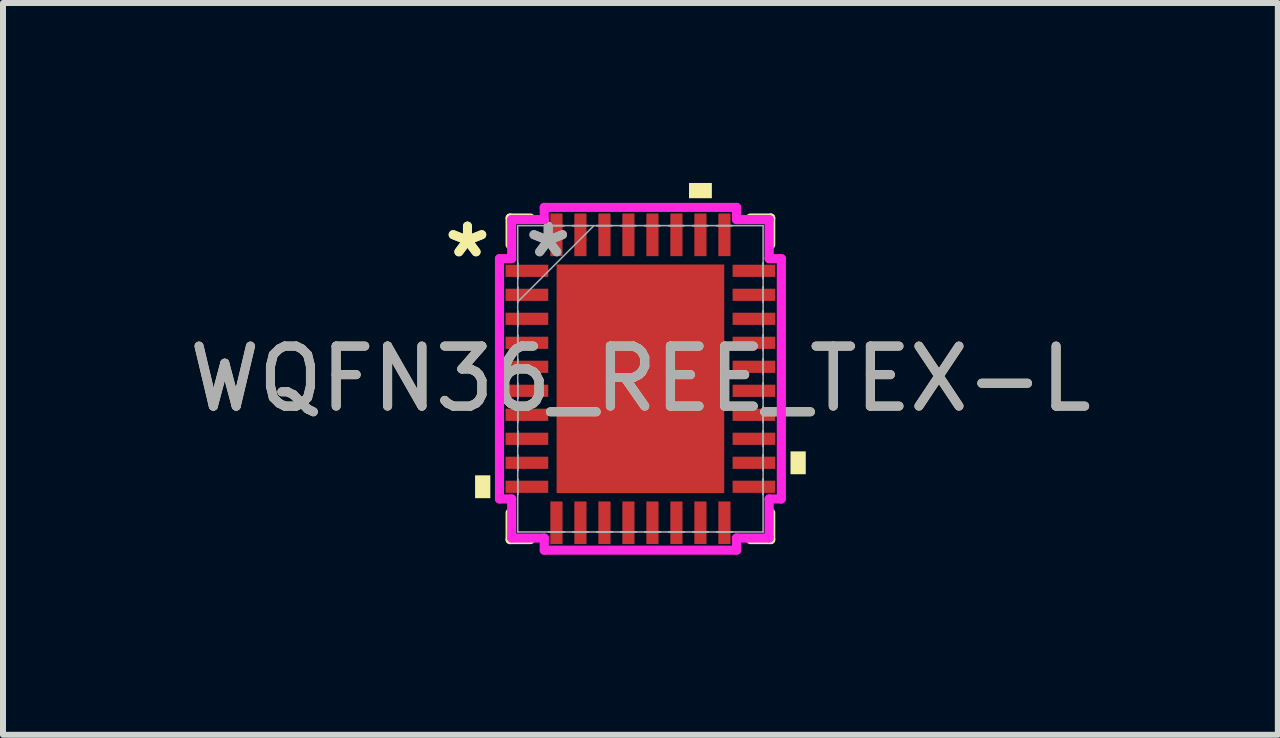
<source format=kicad_pcb>
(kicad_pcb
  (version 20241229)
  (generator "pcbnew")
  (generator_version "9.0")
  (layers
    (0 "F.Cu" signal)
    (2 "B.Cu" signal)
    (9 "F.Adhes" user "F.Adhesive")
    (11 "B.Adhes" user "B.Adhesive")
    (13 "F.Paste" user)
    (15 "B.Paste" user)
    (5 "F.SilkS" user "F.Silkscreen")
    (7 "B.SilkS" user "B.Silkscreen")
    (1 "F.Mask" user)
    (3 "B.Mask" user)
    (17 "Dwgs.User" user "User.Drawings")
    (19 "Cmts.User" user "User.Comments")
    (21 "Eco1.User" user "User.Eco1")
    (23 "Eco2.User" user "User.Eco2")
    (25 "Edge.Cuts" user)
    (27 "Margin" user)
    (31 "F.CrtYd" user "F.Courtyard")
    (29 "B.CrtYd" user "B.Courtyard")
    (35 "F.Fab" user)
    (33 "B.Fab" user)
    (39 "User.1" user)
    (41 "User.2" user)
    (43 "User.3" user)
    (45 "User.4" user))
  (footprint "WQFN36_REE_TEX-L"
    (layer "F.Cu")
    (at 7.625 3.264)
    (property "Reference" "WQFN36_REE_TEX-L" (at 0 0 0) (unlocked yes) (layer "F.SilkS") (effects (font (size 1 1) (thickness 0.15))))
    (attr smd)
    (fp_line (start -2.172 -2.68) (end -2.172 -2.234) (stroke (width 0.152) (type solid)) (layer "F.SilkS"))
    (fp_line (start -2.172 2.234) (end -2.172 2.68) (stroke (width 0.152) (type solid)) (layer "F.SilkS"))
    (fp_line (start -2.172 2.68) (end -1.834 2.68) (stroke (width 0.152) (type solid)) (layer "F.SilkS"))
    (fp_line (start -1.834 -2.68) (end -2.172 -2.68) (stroke (width 0.152) (type solid)) (layer "F.SilkS"))
    (fp_line (start 1.834 2.68) (end 2.172 2.68) (stroke (width 0.152) (type solid)) (layer "F.SilkS"))
    (fp_line (start 2.172 -2.68) (end 1.834 -2.68) (stroke (width 0.152) (type solid)) (layer "F.SilkS"))
    (fp_line (start 2.172 -2.234) (end 2.172 -2.68) (stroke (width 0.152) (type solid)) (layer "F.SilkS"))
    (fp_line (start 2.172 2.68) (end 2.172 2.234) (stroke (width 0.152) (type solid)) (layer "F.SilkS"))
    (fp_poly (pts (xy -2.756 1.609) (xy -2.756 1.99) (xy -2.502 1.99) (xy -2.502 1.609)) (stroke (width 0) (type solid)) (fill yes) (layer "F.SilkS"))
    (fp_poly (pts (xy 0.81 -3.01) (xy 0.81 -3.264) (xy 1.191 -3.264) (xy 1.191 -3.01)) (stroke (width 0) (type solid)) (fill yes) (layer "F.SilkS"))
    (fp_poly (pts (xy 2.756 1.21) (xy 2.756 1.591) (xy 2.502 1.591) (xy 2.502 1.21)) (stroke (width 0) (type solid)) (fill yes) (layer "F.SilkS"))
    (fp_poly (pts (xy -1.297 -1.805) (xy -1.297 -0.735) (xy -0.1 -0.735) (xy -0.1 -1.805)) (stroke (width 0) (type solid)) (fill yes) (layer "F.Paste"))
    (fp_poly (pts (xy -1.297 -0.535) (xy -1.297 0.535) (xy -0.1 0.535) (xy -0.1 -0.535)) (stroke (width 0) (type solid)) (fill yes) (layer "F.Paste"))
    (fp_poly (pts (xy -1.297 0.735) (xy -1.297 1.805) (xy -0.1 1.805) (xy -0.1 0.735)) (stroke (width 0) (type solid)) (fill yes) (layer "F.Paste"))
    (fp_poly (pts (xy 0.1 -1.805) (xy 0.1 -0.735) (xy 1.297 -0.735) (xy 1.297 -1.805)) (stroke (width 0) (type solid)) (fill yes) (layer "F.Paste"))
    (fp_poly (pts (xy 0.1 -0.535) (xy 0.1 0.535) (xy 1.297 0.535) (xy 1.297 -0.535)) (stroke (width 0) (type solid)) (fill yes) (layer "F.Paste"))
    (fp_poly (pts (xy 0.1 0.735) (xy 0.1 1.805) (xy 1.297 1.805) (xy 1.297 0.735)) (stroke (width 0) (type solid)) (fill yes) (layer "F.Paste"))
    (fp_line (start -2.349 -2.003) (end -2.146 -2.003) (stroke (width 0.152) (type solid)) (layer "F.CrtYd"))
    (fp_line (start -2.349 2.003) (end -2.349 -2.003) (stroke (width 0.152) (type solid)) (layer "F.CrtYd"))
    (fp_line (start -2.146 -2.654) (end -1.603 -2.654) (stroke (width 0.152) (type solid)) (layer "F.CrtYd"))
    (fp_line (start -2.146 -2.003) (end -2.146 -2.654) (stroke (width 0.152) (type solid)) (layer "F.CrtYd"))
    (fp_line (start -2.146 2.003) (end -2.349 2.003) (stroke (width 0.152) (type solid)) (layer "F.CrtYd"))
    (fp_line (start -2.146 2.654) (end -2.146 2.003) (stroke (width 0.152) (type solid)) (layer "F.CrtYd"))
    (fp_line (start -1.603 -2.857) (end 1.603 -2.857) (stroke (width 0.152) (type solid)) (layer "F.CrtYd"))
    (fp_line (start -1.603 -2.654) (end -1.603 -2.857) (stroke (width 0.152) (type solid)) (layer "F.CrtYd"))
    (fp_line (start -1.603 2.654) (end -2.146 2.654) (stroke (width 0.152) (type solid)) (layer "F.CrtYd"))
    (fp_line (start -1.603 2.857) (end -1.603 2.654) (stroke (width 0.152) (type solid)) (layer "F.CrtYd"))
    (fp_line (start 1.603 -2.857) (end 1.603 -2.654) (stroke (width 0.152) (type solid)) (layer "F.CrtYd"))
    (fp_line (start 1.603 -2.654) (end 2.146 -2.654) (stroke (width 0.152) (type solid)) (layer "F.CrtYd"))
    (fp_line (start 1.603 2.654) (end 1.603 2.857) (stroke (width 0.152) (type solid)) (layer "F.CrtYd"))
    (fp_line (start 1.603 2.857) (end -1.603 2.857) (stroke (width 0.152) (type solid)) (layer "F.CrtYd"))
    (fp_line (start 2.146 -2.654) (end 2.146 -2.003) (stroke (width 0.152) (type solid)) (layer "F.CrtYd"))
    (fp_line (start 2.146 -2.003) (end 2.349 -2.003) (stroke (width 0.152) (type solid)) (layer "F.CrtYd"))
    (fp_line (start 2.146 2.003) (end 2.146 2.654) (stroke (width 0.152) (type solid)) (layer "F.CrtYd"))
    (fp_line (start 2.146 2.654) (end 1.603 2.654) (stroke (width 0.152) (type solid)) (layer "F.CrtYd"))
    (fp_line (start 2.349 -2.003) (end 2.349 2.003) (stroke (width 0.152) (type solid)) (layer "F.CrtYd"))
    (fp_line (start 2.349 2.003) (end 2.146 2.003) (stroke (width 0.152) (type solid)) (layer "F.CrtYd"))
    (fp_line (start -2.045 -2.553) (end -2.045 -2.553) (stroke (width 0.025) (type solid)) (layer "F.Fab"))
    (fp_line (start -2.045 -2.553) (end -2.045 2.553) (stroke (width 0.025) (type solid)) (layer "F.Fab"))
    (fp_line (start -2.045 -1.927) (end -2.045 -1.927) (stroke (width 0.025) (type solid)) (layer "F.Fab"))
    (fp_line (start -2.045 -1.927) (end -2.045 -1.673) (stroke (width 0.025) (type solid)) (layer "F.Fab"))
    (fp_line (start -2.045 -1.673) (end -2.045 -1.927) (stroke (width 0.025) (type solid)) (layer "F.Fab"))
    (fp_line (start -2.045 -1.673) (end -2.045 -1.673) (stroke (width 0.025) (type solid)) (layer "F.Fab"))
    (fp_line (start -2.045 -1.527) (end -2.045 -1.527) (stroke (width 0.025) (type solid)) (layer "F.Fab"))
    (fp_line (start -2.045 -1.527) (end -2.045 -1.273) (stroke (width 0.025) (type solid)) (layer "F.Fab"))
    (fp_line (start -2.045 -1.283) (end -0.775 -2.553) (stroke (width 0.025) (type solid)) (layer "F.Fab"))
    (fp_line (start -2.045 -1.273) (end -2.045 -1.527) (stroke (width 0.025) (type solid)) (layer "F.Fab"))
    (fp_line (start -2.045 -1.273) (end -2.045 -1.273) (stroke (width 0.025) (type solid)) (layer "F.Fab"))
    (fp_line (start -2.045 -1.127) (end -2.045 -1.127) (stroke (width 0.025) (type solid)) (layer "F.Fab"))
    (fp_line (start -2.045 -1.127) (end -2.045 -0.873) (stroke (width 0.025) (type solid)) (layer "F.Fab"))
    (fp_line (start -2.045 -0.873) (end -2.045 -1.127) (stroke (width 0.025) (type solid)) (layer "F.Fab"))
    (fp_line (start -2.045 -0.873) (end -2.045 -0.873) (stroke (width 0.025) (type solid)) (layer "F.Fab"))
    (fp_line (start -2.045 -0.727) (end -2.045 -0.727) (stroke (width 0.025) (type solid)) (layer "F.Fab"))
    (fp_line (start -2.045 -0.727) (end -2.045 -0.473) (stroke (width 0.025) (type solid)) (layer "F.Fab"))
    (fp_line (start -2.045 -0.473) (end -2.045 -0.727) (stroke (width 0.025) (type solid)) (layer "F.Fab"))
    (fp_line (start -2.045 -0.473) (end -2.045 -0.473) (stroke (width 0.025) (type solid)) (layer "F.Fab"))
    (fp_line (start -2.045 -0.327) (end -2.045 -0.327) (stroke (width 0.025) (type solid)) (layer "F.Fab"))
    (fp_line (start -2.045 -0.327) (end -2.045 -0.073) (stroke (width 0.025) (type solid)) (layer "F.Fab"))
    (fp_line (start -2.045 -0.073) (end -2.045 -0.327) (stroke (width 0.025) (type solid)) (layer "F.Fab"))
    (fp_line (start -2.045 -0.073) (end -2.045 -0.073) (stroke (width 0.025) (type solid)) (layer "F.Fab"))
    (fp_line (start -2.045 0.073) (end -2.045 0.073) (stroke (width 0.025) (type solid)) (layer "F.Fab"))
    (fp_line (start -2.045 0.073) (end -2.045 0.327) (stroke (width 0.025) (type solid)) (layer "F.Fab"))
    (fp_line (start -2.045 0.327) (end -2.045 0.073) (stroke (width 0.025) (type solid)) (layer "F.Fab"))
    (fp_line (start -2.045 0.327) (end -2.045 0.327) (stroke (width 0.025) (type solid)) (layer "F.Fab"))
    (fp_line (start -2.045 0.473) (end -2.045 0.473) (stroke (width 0.025) (type solid)) (layer "F.Fab"))
    (fp_line (start -2.045 0.473) (end -2.045 0.727) (stroke (width 0.025) (type solid)) (layer "F.Fab"))
    (fp_line (start -2.045 0.727) (end -2.045 0.473) (stroke (width 0.025) (type solid)) (layer "F.Fab"))
    (fp_line (start -2.045 0.727) (end -2.045 0.727) (stroke (width 0.025) (type solid)) (layer "F.Fab"))
    (fp_line (start -2.045 0.873) (end -2.045 0.873) (stroke (width 0.025) (type solid)) (layer "F.Fab"))
    (fp_line (start -2.045 0.873) (end -2.045 1.127) (stroke (width 0.025) (type solid)) (layer "F.Fab"))
    (fp_line (start -2.045 1.127) (end -2.045 0.873) (stroke (width 0.025) (type solid)) (layer "F.Fab"))
    (fp_line (start -2.045 1.127) (end -2.045 1.127) (stroke (width 0.025) (type solid)) (layer "F.Fab"))
    (fp_line (start -2.045 1.273) (end -2.045 1.273) (stroke (width 0.025) (type solid)) (layer "F.Fab"))
    (fp_line (start -2.045 1.273) (end -2.045 1.527) (stroke (width 0.025) (type solid)) (layer "F.Fab"))
    (fp_line (start -2.045 1.527) (end -2.045 1.273) (stroke (width 0.025) (type solid)) (layer "F.Fab"))
    (fp_line (start -2.045 1.527) (end -2.045 1.527) (stroke (width 0.025) (type solid)) (layer "F.Fab"))
    (fp_line (start -2.045 1.673) (end -2.045 1.673) (stroke (width 0.025) (type solid)) (layer "F.Fab"))
    (fp_line (start -2.045 1.673) (end -2.045 1.927) (stroke (width 0.025) (type solid)) (layer "F.Fab"))
    (fp_line (start -2.045 1.927) (end -2.045 1.673) (stroke (width 0.025) (type solid)) (layer "F.Fab"))
    (fp_line (start -2.045 1.927) (end -2.045 1.927) (stroke (width 0.025) (type solid)) (layer "F.Fab"))
    (fp_line (start -2.045 2.553) (end -2.045 2.553) (stroke (width 0.025) (type solid)) (layer "F.Fab"))
    (fp_line (start -2.045 2.553) (end 2.045 2.553) (stroke (width 0.025) (type solid)) (layer "F.Fab"))
    (fp_line (start -1.527 -2.553) (end -1.527 -2.553) (stroke (width 0.025) (type solid)) (layer "F.Fab"))
    (fp_line (start -1.527 -2.553) (end -1.273 -2.553) (stroke (width 0.025) (type solid)) (layer "F.Fab"))
    (fp_line (start -1.527 2.553) (end -1.527 2.553) (stroke (width 0.025) (type solid)) (layer "F.Fab"))
    (fp_line (start -1.527 2.553) (end -1.273 2.553) (stroke (width 0.025) (type solid)) (layer "F.Fab"))
    (fp_line (start -1.273 -2.553) (end -1.527 -2.553) (stroke (width 0.025) (type solid)) (layer "F.Fab"))
    (fp_line (start -1.273 -2.553) (end -1.273 -2.553) (stroke (width 0.025) (type solid)) (layer "F.Fab"))
    (fp_line (start -1.273 2.553) (end -1.527 2.553) (stroke (width 0.025) (type solid)) (layer "F.Fab"))
    (fp_line (start -1.273 2.553) (end -1.273 2.553) (stroke (width 0.025) (type solid)) (layer "F.Fab"))
    (fp_line (start -1.127 -2.553) (end -1.127 -2.553) (stroke (width 0.025) (type solid)) (layer "F.Fab"))
    (fp_line (start -1.127 -2.553) (end -0.873 -2.553) (stroke (width 0.025) (type solid)) (layer "F.Fab"))
    (fp_line (start -1.127 2.553) (end -1.127 2.553) (stroke (width 0.025) (type solid)) (layer "F.Fab"))
    (fp_line (start -1.127 2.553) (end -0.873 2.553) (stroke (width 0.025) (type solid)) (layer "F.Fab"))
    (fp_line (start -0.873 -2.553) (end -1.127 -2.553) (stroke (width 0.025) (type solid)) (layer "F.Fab"))
    (fp_line (start -0.873 -2.553) (end -0.873 -2.553) (stroke (width 0.025) (type solid)) (layer "F.Fab"))
    (fp_line (start -0.873 2.553) (end -1.127 2.553) (stroke (width 0.025) (type solid)) (layer "F.Fab"))
    (fp_line (start -0.873 2.553) (end -0.873 2.553) (stroke (width 0.025) (type solid)) (layer "F.Fab"))
    (fp_line (start -0.727 -2.553) (end -0.727 -2.553) (stroke (width 0.025) (type solid)) (layer "F.Fab"))
    (fp_line (start -0.727 -2.553) (end -0.473 -2.553) (stroke (width 0.025) (type solid)) (layer "F.Fab"))
    (fp_line (start -0.727 2.553) (end -0.727 2.553) (stroke (width 0.025) (type solid)) (layer "F.Fab"))
    (fp_line (start -0.727 2.553) (end -0.473 2.553) (stroke (width 0.025) (type solid)) (layer "F.Fab"))
    (fp_line (start -0.473 -2.553) (end -0.727 -2.553) (stroke (width 0.025) (type solid)) (layer "F.Fab"))
    (fp_line (start -0.473 -2.553) (end -0.473 -2.553) (stroke (width 0.025) (type solid)) (layer "F.Fab"))
    (fp_line (start -0.473 2.553) (end -0.727 2.553) (stroke (width 0.025) (type solid)) (layer "F.Fab"))
    (fp_line (start -0.473 2.553) (end -0.473 2.553) (stroke (width 0.025) (type solid)) (layer "F.Fab"))
    (fp_line (start -0.327 -2.553) (end -0.327 -2.553) (stroke (width 0.025) (type solid)) (layer "F.Fab"))
    (fp_line (start -0.327 -2.553) (end -0.073 -2.553) (stroke (width 0.025) (type solid)) (layer "F.Fab"))
    (fp_line (start -0.327 2.553) (end -0.327 2.553) (stroke (width 0.025) (type solid)) (layer "F.Fab"))
    (fp_line (start -0.327 2.553) (end -0.073 2.553) (stroke (width 0.025) (type solid)) (layer "F.Fab"))
    (fp_line (start -0.073 -2.553) (end -0.327 -2.553) (stroke (width 0.025) (type solid)) (layer "F.Fab"))
    (fp_line (start -0.073 -2.553) (end -0.073 -2.553) (stroke (width 0.025) (type solid)) (layer "F.Fab"))
    (fp_line (start -0.073 2.553) (end -0.327 2.553) (stroke (width 0.025) (type solid)) (layer "F.Fab"))
    (fp_line (start -0.073 2.553) (end -0.073 2.553) (stroke (width 0.025) (type solid)) (layer "F.Fab"))
    (fp_line (start 0.073 -2.553) (end 0.073 -2.553) (stroke (width 0.025) (type solid)) (layer "F.Fab"))
    (fp_line (start 0.073 -2.553) (end 0.327 -2.553) (stroke (width 0.025) (type solid)) (layer "F.Fab"))
    (fp_line (start 0.073 2.553) (end 0.073 2.553) (stroke (width 0.025) (type solid)) (layer "F.Fab"))
    (fp_line (start 0.073 2.553) (end 0.327 2.553) (stroke (width 0.025) (type solid)) (layer "F.Fab"))
    (fp_line (start 0.327 -2.553) (end 0.073 -2.553) (stroke (width 0.025) (type solid)) (layer "F.Fab"))
    (fp_line (start 0.327 -2.553) (end 0.327 -2.553) (stroke (width 0.025) (type solid)) (layer "F.Fab"))
    (fp_line (start 0.327 2.553) (end 0.073 2.553) (stroke (width 0.025) (type solid)) (layer "F.Fab"))
    (fp_line (start 0.327 2.553) (end 0.327 2.553) (stroke (width 0.025) (type solid)) (layer "F.Fab"))
    (fp_line (start 0.473 -2.553) (end 0.473 -2.553) (stroke (width 0.025) (type solid)) (layer "F.Fab"))
    (fp_line (start 0.473 -2.553) (end 0.727 -2.553) (stroke (width 0.025) (type solid)) (layer "F.Fab"))
    (fp_line (start 0.473 2.553) (end 0.473 2.553) (stroke (width 0.025) (type solid)) (layer "F.Fab"))
    (fp_line (start 0.473 2.553) (end 0.727 2.553) (stroke (width 0.025) (type solid)) (layer "F.Fab"))
    (fp_line (start 0.727 -2.553) (end 0.473 -2.553) (stroke (width 0.025) (type solid)) (layer "F.Fab"))
    (fp_line (start 0.727 -2.553) (end 0.727 -2.553) (stroke (width 0.025) (type solid)) (layer "F.Fab"))
    (fp_line (start 0.727 2.553) (end 0.473 2.553) (stroke (width 0.025) (type solid)) (layer "F.Fab"))
    (fp_line (start 0.727 2.553) (end 0.727 2.553) (stroke (width 0.025) (type solid)) (layer "F.Fab"))
    (fp_line (start 0.873 -2.553) (end 0.873 -2.553) (stroke (width 0.025) (type solid)) (layer "F.Fab"))
    (fp_line (start 0.873 -2.553) (end 1.127 -2.553) (stroke (width 0.025) (type solid)) (layer "F.Fab"))
    (fp_line (start 0.873 2.553) (end 0.873 2.553) (stroke (width 0.025) (type solid)) (layer "F.Fab"))
    (fp_line (start 0.873 2.553) (end 1.127 2.553) (stroke (width 0.025) (type solid)) (layer "F.Fab"))
    (fp_line (start 1.127 -2.553) (end 0.873 -2.553) (stroke (width 0.025) (type solid)) (layer "F.Fab"))
    (fp_line (start 1.127 -2.553) (end 1.127 -2.553) (stroke (width 0.025) (type solid)) (layer "F.Fab"))
    (fp_line (start 1.127 2.553) (end 0.873 2.553) (stroke (width 0.025) (type solid)) (layer "F.Fab"))
    (fp_line (start 1.127 2.553) (end 1.127 2.553) (stroke (width 0.025) (type solid)) (layer "F.Fab"))
    (fp_line (start 1.273 -2.553) (end 1.273 -2.553) (stroke (width 0.025) (type solid)) (layer "F.Fab"))
    (fp_line (start 1.273 -2.553) (end 1.527 -2.553) (stroke (width 0.025) (type solid)) (layer "F.Fab"))
    (fp_line (start 1.273 2.553) (end 1.273 2.553) (stroke (width 0.025) (type solid)) (layer "F.Fab"))
    (fp_line (start 1.273 2.553) (end 1.527 2.553) (stroke (width 0.025) (type solid)) (layer "F.Fab"))
    (fp_line (start 1.527 -2.553) (end 1.273 -2.553) (stroke (width 0.025) (type solid)) (layer "F.Fab"))
    (fp_line (start 1.527 -2.553) (end 1.527 -2.553) (stroke (width 0.025) (type solid)) (layer "F.Fab"))
    (fp_line (start 1.527 2.553) (end 1.273 2.553) (stroke (width 0.025) (type solid)) (layer "F.Fab"))
    (fp_line (start 1.527 2.553) (end 1.527 2.553) (stroke (width 0.025) (type solid)) (layer "F.Fab"))
    (fp_line (start 2.045 -2.553) (end -2.045 -2.553) (stroke (width 0.025) (type solid)) (layer "F.Fab"))
    (fp_line (start 2.045 -2.553) (end 2.045 -2.553) (stroke (width 0.025) (type solid)) (layer "F.Fab"))
    (fp_line (start 2.045 -1.927) (end 2.045 -1.927) (stroke (width 0.025) (type solid)) (layer "F.Fab"))
    (fp_line (start 2.045 -1.927) (end 2.045 -1.673) (stroke (width 0.025) (type solid)) (layer "F.Fab"))
    (fp_line (start 2.045 -1.673) (end 2.045 -1.927) (stroke (width 0.025) (type solid)) (layer "F.Fab"))
    (fp_line (start 2.045 -1.673) (end 2.045 -1.673) (stroke (width 0.025) (type solid)) (layer "F.Fab"))
    (fp_line (start 2.045 -1.527) (end 2.045 -1.527) (stroke (width 0.025) (type solid)) (layer "F.Fab"))
    (fp_line (start 2.045 -1.527) (end 2.045 -1.273) (stroke (width 0.025) (type solid)) (layer "F.Fab"))
    (fp_line (start 2.045 -1.273) (end 2.045 -1.527) (stroke (width 0.025) (type solid)) (layer "F.Fab"))
    (fp_line (start 2.045 -1.273) (end 2.045 -1.273) (stroke (width 0.025) (type solid)) (layer "F.Fab"))
    (fp_line (start 2.045 -1.127) (end 2.045 -1.127) (stroke (width 0.025) (type solid)) (layer "F.Fab"))
    (fp_line (start 2.045 -1.127) (end 2.045 -0.873) (stroke (width 0.025) (type solid)) (layer "F.Fab"))
    (fp_line (start 2.045 -0.873) (end 2.045 -1.127) (stroke (width 0.025) (type solid)) (layer "F.Fab"))
    (fp_line (start 2.045 -0.873) (end 2.045 -0.873) (stroke (width 0.025) (type solid)) (layer "F.Fab"))
    (fp_line (start 2.045 -0.727) (end 2.045 -0.727) (stroke (width 0.025) (type solid)) (layer "F.Fab"))
    (fp_line (start 2.045 -0.727) (end 2.045 -0.473) (stroke (width 0.025) (type solid)) (layer "F.Fab"))
    (fp_line (start 2.045 -0.473) (end 2.045 -0.727) (stroke (width 0.025) (type solid)) (layer "F.Fab"))
    (fp_line (start 2.045 -0.473) (end 2.045 -0.473) (stroke (width 0.025) (type solid)) (layer "F.Fab"))
    (fp_line (start 2.045 -0.327) (end 2.045 -0.327) (stroke (width 0.025) (type solid)) (layer "F.Fab"))
    (fp_line (start 2.045 -0.327) (end 2.045 -0.073) (stroke (width 0.025) (type solid)) (layer "F.Fab"))
    (fp_line (start 2.045 -0.073) (end 2.045 -0.327) (stroke (width 0.025) (type solid)) (layer "F.Fab"))
    (fp_line (start 2.045 -0.073) (end 2.045 -0.073) (stroke (width 0.025) (type solid)) (layer "F.Fab"))
    (fp_line (start 2.045 0.073) (end 2.045 0.073) (stroke (width 0.025) (type solid)) (layer "F.Fab"))
    (fp_line (start 2.045 0.073) (end 2.045 0.327) (stroke (width 0.025) (type solid)) (layer "F.Fab"))
    (fp_line (start 2.045 0.327) (end 2.045 0.073) (stroke (width 0.025) (type solid)) (layer "F.Fab"))
    (fp_line (start 2.045 0.327) (end 2.045 0.327) (stroke (width 0.025) (type solid)) (layer "F.Fab"))
    (fp_line (start 2.045 0.473) (end 2.045 0.473) (stroke (width 0.025) (type solid)) (layer "F.Fab"))
    (fp_line (start 2.045 0.473) (end 2.045 0.727) (stroke (width 0.025) (type solid)) (layer "F.Fab"))
    (fp_line (start 2.045 0.727) (end 2.045 0.473) (stroke (width 0.025) (type solid)) (layer "F.Fab"))
    (fp_line (start 2.045 0.727) (end 2.045 0.727) (stroke (width 0.025) (type solid)) (layer "F.Fab"))
    (fp_line (start 2.045 0.873) (end 2.045 0.873) (stroke (width 0.025) (type solid)) (layer "F.Fab"))
    (fp_line (start 2.045 0.873) (end 2.045 1.127) (stroke (width 0.025) (type solid)) (layer "F.Fab"))
    (fp_line (start 2.045 1.127) (end 2.045 0.873) (stroke (width 0.025) (type solid)) (layer "F.Fab"))
    (fp_line (start 2.045 1.127) (end 2.045 1.127) (stroke (width 0.025) (type solid)) (layer "F.Fab"))
    (fp_line (start 2.045 1.273) (end 2.045 1.273) (stroke (width 0.025) (type solid)) (layer "F.Fab"))
    (fp_line (start 2.045 1.273) (end 2.045 1.527) (stroke (width 0.025) (type solid)) (layer "F.Fab"))
    (fp_line (start 2.045 1.527) (end 2.045 1.273) (stroke (width 0.025) (type solid)) (layer "F.Fab"))
    (fp_line (start 2.045 1.527) (end 2.045 1.527) (stroke (width 0.025) (type solid)) (layer "F.Fab"))
    (fp_line (start 2.045 1.673) (end 2.045 1.673) (stroke (width 0.025) (type solid)) (layer "F.Fab"))
    (fp_line (start 2.045 1.673) (end 2.045 1.927) (stroke (width 0.025) (type solid)) (layer "F.Fab"))
    (fp_line (start 2.045 1.927) (end 2.045 1.673) (stroke (width 0.025) (type solid)) (layer "F.Fab"))
    (fp_line (start 2.045 1.927) (end 2.045 1.927) (stroke (width 0.025) (type solid)) (layer "F.Fab"))
    (fp_line (start 2.045 2.553) (end 2.045 -2.553) (stroke (width 0.025) (type solid)) (layer "F.Fab"))
    (fp_line (start 2.045 2.553) (end 2.045 2.553) (stroke (width 0.025) (type solid)) (layer "F.Fab"))
    (fp_text user "*" (at -2.883 -2 0) (unlocked yes) (layer "F.SilkS") (effects (font (size 1 1) (thickness 0.15))))
    (fp_text user "*" (at -2.883 -2 0) (layer "F.SilkS") (effects (font (size 1 1) (thickness 0.15))))
    (fp_text user "*" (at -1.537 -2 0) (layer "F.Fab") (effects (font (size 1 1) (thickness 0.15))))
    (fp_text user "${REFERENCE}" (at 0 0 0) (unlocked yes) (layer "F.Fab") (effects (font (size 1 1) (thickness 0.15))))
    (fp_text user "*" (at -1.537 -2 0) (unlocked yes) (layer "F.Fab") (effects (font (size 1 1) (thickness 0.15))))
    (pad "1" smd rect (at -1.892 -1.8 90) (size 0.203 0.711) (layers "F.Cu" "F.Mask" "F.Paste"))
    (pad "2" smd rect (at -1.892 -1.4 90) (size 0.203 0.711) (layers "F.Cu" "F.Mask" "F.Paste"))
    (pad "3" smd rect (at -1.892 -1 90) (size 0.203 0.711) (layers "F.Cu" "F.Mask" "F.Paste"))
    (pad "4" smd rect (at -1.892 -0.6 90) (size 0.203 0.711) (layers "F.Cu" "F.Mask" "F.Paste"))
    (pad "5" smd rect (at -1.892 -0.2 90) (size 0.203 0.711) (layers "F.Cu" "F.Mask" "F.Paste"))
    (pad "6" smd rect (at -1.892 0.2 90) (size 0.203 0.711) (layers "F.Cu" "F.Mask" "F.Paste"))
    (pad "7" smd rect (at -1.892 0.6 90) (size 0.203 0.711) (layers "F.Cu" "F.Mask" "F.Paste"))
    (pad "8" smd rect (at -1.892 1 90) (size 0.203 0.711) (layers "F.Cu" "F.Mask" "F.Paste"))
    (pad "9" smd rect (at -1.892 1.4 90) (size 0.203 0.711) (layers "F.Cu" "F.Mask" "F.Paste"))
    (pad "10" smd rect (at -1.892 1.8 90) (size 0.203 0.711) (layers "F.Cu" "F.Mask" "F.Paste"))
    (pad "11" smd rect (at -1.4 2.4) (size 0.203 0.711) (layers "F.Cu" "F.Mask" "F.Paste"))
    (pad "12" smd rect (at -1 2.4) (size 0.203 0.711) (layers "F.Cu" "F.Mask" "F.Paste"))
    (pad "13" smd rect (at -0.6 2.4) (size 0.203 0.711) (layers "F.Cu" "F.Mask" "F.Paste"))
    (pad "14" smd rect (at -0.2 2.4) (size 0.203 0.711) (layers "F.Cu" "F.Mask" "F.Paste"))
    (pad "15" smd rect (at 0.2 2.4) (size 0.203 0.711) (layers "F.Cu" "F.Mask" "F.Paste"))
    (pad "16" smd rect (at 0.6 2.4) (size 0.203 0.711) (layers "F.Cu" "F.Mask" "F.Paste"))
    (pad "17" smd rect (at 1 2.4) (size 0.203 0.711) (layers "F.Cu" "F.Mask" "F.Paste"))
    (pad "18" smd rect (at 1.4 2.4) (size 0.203 0.711) (layers "F.Cu" "F.Mask" "F.Paste"))
    (pad "19" smd rect (at 1.892 1.8 90) (size 0.203 0.711) (layers "F.Cu" "F.Mask" "F.Paste"))
    (pad "20" smd rect (at 1.892 1.4 90) (size 0.203 0.711) (layers "F.Cu" "F.Mask" "F.Paste"))
    (pad "21" smd rect (at 1.892 1 90) (size 0.203 0.711) (layers "F.Cu" "F.Mask" "F.Paste"))
    (pad "22" smd rect (at 1.892 0.6 90) (size 0.203 0.711) (layers "F.Cu" "F.Mask" "F.Paste"))
    (pad "23" smd rect (at 1.892 0.2 90) (size 0.203 0.711) (layers "F.Cu" "F.Mask" "F.Paste"))
    (pad "24" smd rect (at 1.892 -0.2 90) (size 0.203 0.711) (layers "F.Cu" "F.Mask" "F.Paste"))
    (pad "25" smd rect (at 1.892 -0.6 90) (size 0.203 0.711) (layers "F.Cu" "F.Mask" "F.Paste"))
    (pad "26" smd rect (at 1.892 -1 90) (size 0.203 0.711) (layers "F.Cu" "F.Mask" "F.Paste"))
    (pad "27" smd rect (at 1.892 -1.4 90) (size 0.203 0.711) (layers "F.Cu" "F.Mask" "F.Paste"))
    (pad "28" smd rect (at 1.892 -1.8 90) (size 0.203 0.711) (layers "F.Cu" "F.Mask" "F.Paste"))
    (pad "29" smd rect (at 1.4 -2.4) (size 0.203 0.711) (layers "F.Cu" "F.Mask" "F.Paste"))
    (pad "30" smd rect (at 1 -2.4) (size 0.203 0.711) (layers "F.Cu" "F.Mask" "F.Paste"))
    (pad "31" smd rect (at 0.6 -2.4) (size 0.203 0.711) (layers "F.Cu" "F.Mask" "F.Paste"))
    (pad "32" smd rect (at 0.2 -2.4) (size 0.203 0.711) (layers "F.Cu" "F.Mask" "F.Paste"))
    (pad "33" smd rect (at -0.2 -2.4) (size 0.203 0.711) (layers "F.Cu" "F.Mask" "F.Paste"))
    (pad "34" smd rect (at -0.6 -2.4) (size 0.203 0.711) (layers "F.Cu" "F.Mask" "F.Paste"))
    (pad "35" smd rect (at -1 -2.4) (size 0.203 0.711) (layers "F.Cu" "F.Mask" "F.Paste"))
    (pad "36" smd rect (at -1.4 -2.4) (size 0.203 0.711) (layers "F.Cu" "F.Mask" "F.Paste"))
    (pad "37" smd rect (at 0 0) (size 2.794 3.81) (layers "F.Cu" "F.Mask" "F.Paste")))
  (gr_rect
    (start -3 -3)
    (end 18.25 9.198)
    (stroke (width 0.1) (type default))
    (fill no)
    (layer "Edge.Cuts")))
</source>
